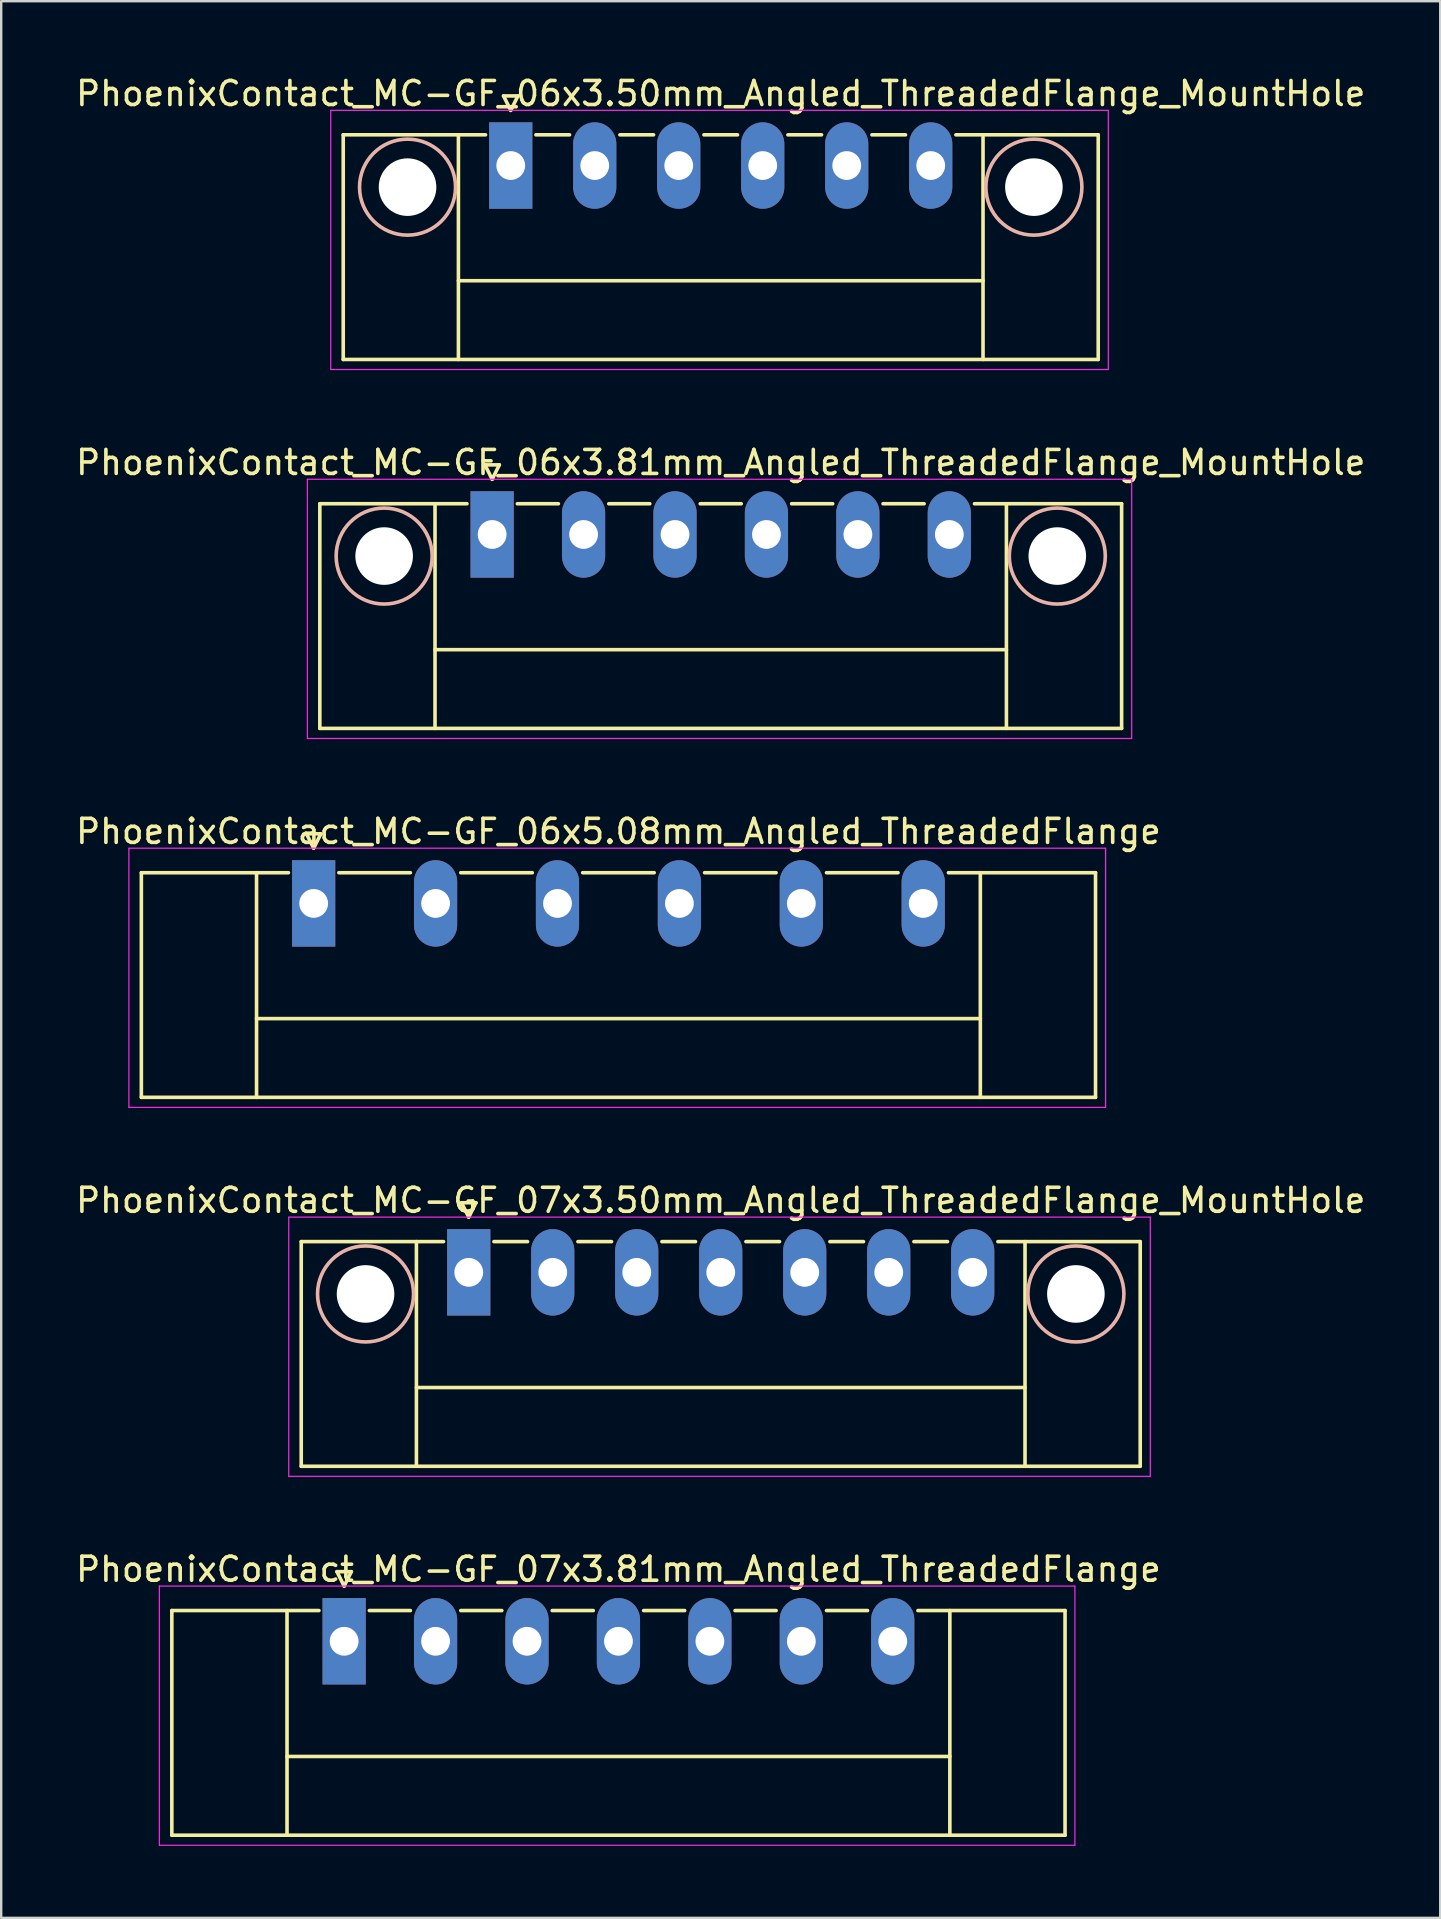
<source format=kicad_pcb>
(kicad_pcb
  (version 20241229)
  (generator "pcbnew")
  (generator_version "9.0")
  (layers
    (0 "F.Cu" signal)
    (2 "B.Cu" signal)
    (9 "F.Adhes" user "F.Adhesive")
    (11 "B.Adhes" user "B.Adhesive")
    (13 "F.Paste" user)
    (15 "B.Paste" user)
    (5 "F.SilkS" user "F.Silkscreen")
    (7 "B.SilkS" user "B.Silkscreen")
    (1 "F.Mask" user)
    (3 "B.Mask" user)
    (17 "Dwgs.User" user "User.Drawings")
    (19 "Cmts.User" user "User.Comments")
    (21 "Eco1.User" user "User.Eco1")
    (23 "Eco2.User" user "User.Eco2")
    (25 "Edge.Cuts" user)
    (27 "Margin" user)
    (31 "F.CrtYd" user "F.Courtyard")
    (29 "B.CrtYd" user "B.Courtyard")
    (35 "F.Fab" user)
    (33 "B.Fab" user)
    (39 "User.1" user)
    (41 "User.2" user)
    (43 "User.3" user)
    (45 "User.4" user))
  (footprint "PhoenixContact_MC-GF_06x3.81mm_Angled_ThreadedFlange_MountHole"
    (layer "F.Cu")
    (at 17.457 19.221)
    (property "Reference" "PhoenixContact_MC-GF_06x3.81mm_Angled_ThreadedFlange_MountHole" (at 9.525 -3 0) (layer "F.SilkS") (effects (font (size 1 1) (thickness 0.15))))
    (attr through_hole)
    (fp_line (start -7.18 -1.28) (end -7.18 8.08) (stroke (width 0.15) (type solid)) (layer "F.SilkS"))
    (fp_line (start -7.18 -1.28) (end -1.05 -1.28) (stroke (width 0.15) (type solid)) (layer "F.SilkS"))
    (fp_line (start -7.18 8.08) (end 26.23 8.08) (stroke (width 0.15) (type solid)) (layer "F.SilkS"))
    (fp_line (start -2.38 -1.28) (end -2.38 8.08) (stroke (width 0.15) (type solid)) (layer "F.SilkS"))
    (fp_line (start -2.38 4.8) (end 21.43 4.8) (stroke (width 0.15) (type solid)) (layer "F.SilkS"))
    (fp_line (start -0.3 -2.9) (end 0 -2.3) (stroke (width 0.15) (type solid)) (layer "F.SilkS"))
    (fp_line (start 0 -2.3) (end 0.3 -2.9) (stroke (width 0.15) (type solid)) (layer "F.SilkS"))
    (fp_line (start 0.3 -2.9) (end -0.3 -2.9) (stroke (width 0.15) (type solid)) (layer "F.SilkS"))
    (fp_line (start 1.05 -1.28) (end 2.76 -1.28) (stroke (width 0.15) (type solid)) (layer "F.SilkS"))
    (fp_line (start 4.86 -1.28) (end 6.57 -1.28) (stroke (width 0.15) (type solid)) (layer "F.SilkS"))
    (fp_line (start 8.67 -1.28) (end 10.38 -1.28) (stroke (width 0.15) (type solid)) (layer "F.SilkS"))
    (fp_line (start 12.48 -1.28) (end 14.19 -1.28) (stroke (width 0.15) (type solid)) (layer "F.SilkS"))
    (fp_line (start 16.29 -1.28) (end 18 -1.28) (stroke (width 0.15) (type solid)) (layer "F.SilkS"))
    (fp_line (start 21.43 -1.28) (end 21.43 8.08) (stroke (width 0.15) (type solid)) (layer "F.SilkS"))
    (fp_line (start 26.23 -1.28) (end 20.1 -1.28) (stroke (width 0.15) (type solid)) (layer "F.SilkS"))
    (fp_line (start 26.23 8.08) (end 26.23 -1.28) (stroke (width 0.15) (type solid)) (layer "F.SilkS"))
    (fp_circle (center -4.5 0.9) (end -2.5 0.9) (stroke (width 0.15) (type solid)) (fill no) (layer "B.SilkS"))
    (fp_circle (center 23.55 0.9) (end 25.55 0.9) (stroke (width 0.15) (type solid)) (fill no) (layer "B.SilkS"))
    (fp_line (start -7.7 -2.3) (end -7.7 8.5) (stroke (width 0.05) (type solid)) (layer "F.CrtYd"))
    (fp_line (start -7.7 8.5) (end 26.65 8.5) (stroke (width 0.05) (type solid)) (layer "F.CrtYd"))
    (fp_line (start 26.65 -2.3) (end -7.7 -2.3) (stroke (width 0.05) (type solid)) (layer "F.CrtYd"))
    (fp_line (start 26.65 8.5) (end 26.65 -2.3) (stroke (width 0.05) (type solid)) (layer "F.CrtYd"))
    (pad "" np_thru_hole circle (at -4.5 0.9) (size 2.4 2.4) (drill 2.4) (layers "*.Cu" "*.Mask"))
    (pad "" np_thru_hole circle (at 23.55 0.9) (size 2.4 2.4) (drill 2.4) (layers "*.Cu" "*.Mask"))
    (pad "1" thru_hole rect (at 0 0) (size 1.8 3.6) (drill 1.2) (layers "*.Cu" "*.Mask"))
    (pad "2" thru_hole oval (at 3.81 0) (size 1.8 3.6) (drill 1.2) (layers "*.Cu" "*.Mask"))
    (pad "3" thru_hole oval (at 7.62 0) (size 1.8 3.6) (drill 1.2) (layers "*.Cu" "*.Mask"))
    (pad "4" thru_hole oval (at 11.43 0) (size 1.8 3.6) (drill 1.2) (layers "*.Cu" "*.Mask"))
    (pad "5" thru_hole oval (at 15.24 0) (size 1.8 3.6) (drill 1.2) (layers "*.Cu" "*.Mask"))
    (pad "6" thru_hole oval (at 19.05 0) (size 1.8 3.6) (drill 1.2) (layers "*.Cu" "*.Mask")))
  (footprint "PhoenixContact_MC-GF_06x5.08mm_Angled_ThreadedFlange"
    (layer "F.Cu")
    (at 10.02 34.595)
    (property "Reference" "PhoenixContact_MC-GF_06x5.08mm_Angled_ThreadedFlange" (at 12.7 -3 0) (layer "F.SilkS") (effects (font (size 1 1) (thickness 0.15))))
    (attr through_hole)
    (fp_line (start -7.18 -1.28) (end -7.18 8.08) (stroke (width 0.15) (type solid)) (layer "F.SilkS"))
    (fp_line (start -7.18 -1.28) (end -1.05 -1.28) (stroke (width 0.15) (type solid)) (layer "F.SilkS"))
    (fp_line (start -7.18 8.08) (end 32.58 8.08) (stroke (width 0.15) (type solid)) (layer "F.SilkS"))
    (fp_line (start -2.38 -1.28) (end -2.38 8.08) (stroke (width 0.15) (type solid)) (layer "F.SilkS"))
    (fp_line (start -2.38 4.8) (end 27.78 4.8) (stroke (width 0.15) (type solid)) (layer "F.SilkS"))
    (fp_line (start -0.3 -2.9) (end 0 -2.3) (stroke (width 0.15) (type solid)) (layer "F.SilkS"))
    (fp_line (start 0 -2.3) (end 0.3 -2.9) (stroke (width 0.15) (type solid)) (layer "F.SilkS"))
    (fp_line (start 0.3 -2.9) (end -0.3 -2.9) (stroke (width 0.15) (type solid)) (layer "F.SilkS"))
    (fp_line (start 1.05 -1.28) (end 4.03 -1.28) (stroke (width 0.15) (type solid)) (layer "F.SilkS"))
    (fp_line (start 6.13 -1.28) (end 9.11 -1.28) (stroke (width 0.15) (type solid)) (layer "F.SilkS"))
    (fp_line (start 11.21 -1.28) (end 14.19 -1.28) (stroke (width 0.15) (type solid)) (layer "F.SilkS"))
    (fp_line (start 16.29 -1.28) (end 19.27 -1.28) (stroke (width 0.15) (type solid)) (layer "F.SilkS"))
    (fp_line (start 21.37 -1.28) (end 24.35 -1.28) (stroke (width 0.15) (type solid)) (layer "F.SilkS"))
    (fp_line (start 27.78 -1.28) (end 27.78 8.08) (stroke (width 0.15) (type solid)) (layer "F.SilkS"))
    (fp_line (start 32.58 -1.28) (end 26.45 -1.28) (stroke (width 0.15) (type solid)) (layer "F.SilkS"))
    (fp_line (start 32.58 8.08) (end 32.58 -1.28) (stroke (width 0.15) (type solid)) (layer "F.SilkS"))
    (fp_line (start -7.7 -2.3) (end -7.7 8.5) (stroke (width 0.05) (type solid)) (layer "F.CrtYd"))
    (fp_line (start -7.7 8.5) (end 33 8.5) (stroke (width 0.05) (type solid)) (layer "F.CrtYd"))
    (fp_line (start 33 -2.3) (end -7.7 -2.3) (stroke (width 0.05) (type solid)) (layer "F.CrtYd"))
    (fp_line (start 33 8.5) (end 33 -2.3) (stroke (width 0.05) (type solid)) (layer "F.CrtYd"))
    (pad "1" thru_hole rect (at 0 0) (size 1.8 3.6) (drill 1.2) (layers "*.Cu" "*.Mask"))
    (pad "2" thru_hole oval (at 5.08 0) (size 1.8 3.6) (drill 1.2) (layers "*.Cu" "*.Mask"))
    (pad "3" thru_hole oval (at 10.16 0) (size 1.8 3.6) (drill 1.2) (layers "*.Cu" "*.Mask"))
    (pad "4" thru_hole oval (at 15.24 0) (size 1.8 3.6) (drill 1.2) (layers "*.Cu" "*.Mask"))
    (pad "5" thru_hole oval (at 20.32 0) (size 1.8 3.6) (drill 1.2) (layers "*.Cu" "*.Mask"))
    (pad "6" thru_hole oval (at 25.4 0) (size 1.8 3.6) (drill 1.2) (layers "*.Cu" "*.Mask")))
  (footprint "PhoenixContact_MC-GF_07x3.81mm_Angled_ThreadedFlange"
    (layer "F.Cu")
    (at 11.29 65.341)
    (property "Reference" "PhoenixContact_MC-GF_07x3.81mm_Angled_ThreadedFlange" (at 11.43 -3 0) (layer "F.SilkS") (effects (font (size 1 1) (thickness 0.15))))
    (attr through_hole)
    (fp_line (start -7.18 -1.28) (end -7.18 8.08) (stroke (width 0.15) (type solid)) (layer "F.SilkS"))
    (fp_line (start -7.18 -1.28) (end -1.05 -1.28) (stroke (width 0.15) (type solid)) (layer "F.SilkS"))
    (fp_line (start -7.18 8.08) (end 30.04 8.08) (stroke (width 0.15) (type solid)) (layer "F.SilkS"))
    (fp_line (start -2.38 -1.28) (end -2.38 8.08) (stroke (width 0.15) (type solid)) (layer "F.SilkS"))
    (fp_line (start -2.38 4.8) (end 25.24 4.8) (stroke (width 0.15) (type solid)) (layer "F.SilkS"))
    (fp_line (start -0.3 -2.9) (end 0 -2.3) (stroke (width 0.15) (type solid)) (layer "F.SilkS"))
    (fp_line (start 0 -2.3) (end 0.3 -2.9) (stroke (width 0.15) (type solid)) (layer "F.SilkS"))
    (fp_line (start 0.3 -2.9) (end -0.3 -2.9) (stroke (width 0.15) (type solid)) (layer "F.SilkS"))
    (fp_line (start 1.05 -1.28) (end 2.76 -1.28) (stroke (width 0.15) (type solid)) (layer "F.SilkS"))
    (fp_line (start 4.86 -1.28) (end 6.57 -1.28) (stroke (width 0.15) (type solid)) (layer "F.SilkS"))
    (fp_line (start 8.67 -1.28) (end 10.38 -1.28) (stroke (width 0.15) (type solid)) (layer "F.SilkS"))
    (fp_line (start 12.48 -1.28) (end 14.19 -1.28) (stroke (width 0.15) (type solid)) (layer "F.SilkS"))
    (fp_line (start 16.29 -1.28) (end 18 -1.28) (stroke (width 0.15) (type solid)) (layer "F.SilkS"))
    (fp_line (start 20.1 -1.28) (end 21.81 -1.28) (stroke (width 0.15) (type solid)) (layer "F.SilkS"))
    (fp_line (start 25.24 -1.28) (end 25.24 8.08) (stroke (width 0.15) (type solid)) (layer "F.SilkS"))
    (fp_line (start 30.04 -1.28) (end 23.91 -1.28) (stroke (width 0.15) (type solid)) (layer "F.SilkS"))
    (fp_line (start 30.04 8.08) (end 30.04 -1.28) (stroke (width 0.15) (type solid)) (layer "F.SilkS"))
    (fp_line (start -7.7 -2.3) (end -7.7 8.5) (stroke (width 0.05) (type solid)) (layer "F.CrtYd"))
    (fp_line (start -7.7 8.5) (end 30.45 8.5) (stroke (width 0.05) (type solid)) (layer "F.CrtYd"))
    (fp_line (start 30.45 -2.3) (end -7.7 -2.3) (stroke (width 0.05) (type solid)) (layer "F.CrtYd"))
    (fp_line (start 30.45 8.5) (end 30.45 -2.3) (stroke (width 0.05) (type solid)) (layer "F.CrtYd"))
    (pad "1" thru_hole rect (at 0 0) (size 1.8 3.6) (drill 1.2) (layers "*.Cu" "*.Mask"))
    (pad "2" thru_hole oval (at 3.81 0) (size 1.8 3.6) (drill 1.2) (layers "*.Cu" "*.Mask"))
    (pad "3" thru_hole oval (at 7.62 0) (size 1.8 3.6) (drill 1.2) (layers "*.Cu" "*.Mask"))
    (pad "4" thru_hole oval (at 11.43 0) (size 1.8 3.6) (drill 1.2) (layers "*.Cu" "*.Mask"))
    (pad "5" thru_hole oval (at 15.24 0) (size 1.8 3.6) (drill 1.2) (layers "*.Cu" "*.Mask"))
    (pad "6" thru_hole oval (at 19.05 0) (size 1.8 3.6) (drill 1.2) (layers "*.Cu" "*.Mask"))
    (pad "7" thru_hole oval (at 22.86 0) (size 1.8 3.6) (drill 1.2) (layers "*.Cu" "*.Mask")))
  (footprint "PhoenixContact_MC-GF_06x3.50mm_Angled_ThreadedFlange_MountHole"
    (layer "F.Cu")
    (at 18.232 3.848)
    (property "Reference" "PhoenixContact_MC-GF_06x3.50mm_Angled_ThreadedFlange_MountHole" (at 8.75 -3 0) (layer "F.SilkS") (effects (font (size 1 1) (thickness 0.15))))
    (attr through_hole)
    (fp_line (start -6.98 -1.28) (end -6.98 8.08) (stroke (width 0.15) (type solid)) (layer "F.SilkS"))
    (fp_line (start -6.98 -1.28) (end -1.05 -1.28) (stroke (width 0.15) (type solid)) (layer "F.SilkS"))
    (fp_line (start -6.98 8.08) (end 24.48 8.08) (stroke (width 0.15) (type solid)) (layer "F.SilkS"))
    (fp_line (start -2.18 -1.28) (end -2.18 8.08) (stroke (width 0.15) (type solid)) (layer "F.SilkS"))
    (fp_line (start -2.18 4.8) (end 19.68 4.8) (stroke (width 0.15) (type solid)) (layer "F.SilkS"))
    (fp_line (start -0.3 -2.9) (end 0 -2.3) (stroke (width 0.15) (type solid)) (layer "F.SilkS"))
    (fp_line (start 0 -2.3) (end 0.3 -2.9) (stroke (width 0.15) (type solid)) (layer "F.SilkS"))
    (fp_line (start 0.3 -2.9) (end -0.3 -2.9) (stroke (width 0.15) (type solid)) (layer "F.SilkS"))
    (fp_line (start 1.05 -1.28) (end 2.45 -1.28) (stroke (width 0.15) (type solid)) (layer "F.SilkS"))
    (fp_line (start 4.55 -1.28) (end 5.95 -1.28) (stroke (width 0.15) (type solid)) (layer "F.SilkS"))
    (fp_line (start 8.05 -1.28) (end 9.45 -1.28) (stroke (width 0.15) (type solid)) (layer "F.SilkS"))
    (fp_line (start 11.55 -1.28) (end 12.95 -1.28) (stroke (width 0.15) (type solid)) (layer "F.SilkS"))
    (fp_line (start 15.05 -1.28) (end 16.45 -1.28) (stroke (width 0.15) (type solid)) (layer "F.SilkS"))
    (fp_line (start 19.68 -1.28) (end 19.68 8.08) (stroke (width 0.15) (type solid)) (layer "F.SilkS"))
    (fp_line (start 24.48 -1.28) (end 18.55 -1.28) (stroke (width 0.15) (type solid)) (layer "F.SilkS"))
    (fp_line (start 24.48 8.08) (end 24.48 -1.28) (stroke (width 0.15) (type solid)) (layer "F.SilkS"))
    (fp_circle (center -4.3 0.9) (end -2.3 0.9) (stroke (width 0.15) (type solid)) (fill no) (layer "B.SilkS"))
    (fp_circle (center 21.8 0.9) (end 23.8 0.9) (stroke (width 0.15) (type solid)) (fill no) (layer "B.SilkS"))
    (fp_line (start -7.5 -2.3) (end -7.5 8.5) (stroke (width 0.05) (type solid)) (layer "F.CrtYd"))
    (fp_line (start -7.5 8.5) (end 24.9 8.5) (stroke (width 0.05) (type solid)) (layer "F.CrtYd"))
    (fp_line (start 24.9 -2.3) (end -7.5 -2.3) (stroke (width 0.05) (type solid)) (layer "F.CrtYd"))
    (fp_line (start 24.9 8.5) (end 24.9 -2.3) (stroke (width 0.05) (type solid)) (layer "F.CrtYd"))
    (pad "" np_thru_hole circle (at -4.3 0.9) (size 2.4 2.4) (drill 2.4) (layers "*.Cu" "*.Mask"))
    (pad "" np_thru_hole circle (at 21.8 0.9) (size 2.4 2.4) (drill 2.4) (layers "*.Cu" "*.Mask"))
    (pad "1" thru_hole rect (at 0 0) (size 1.8 3.6) (drill 1.2) (layers "*.Cu" "*.Mask"))
    (pad "2" thru_hole oval (at 3.5 0) (size 1.8 3.6) (drill 1.2) (layers "*.Cu" "*.Mask"))
    (pad "3" thru_hole oval (at 7 0) (size 1.8 3.6) (drill 1.2) (layers "*.Cu" "*.Mask"))
    (pad "4" thru_hole oval (at 10.5 0) (size 1.8 3.6) (drill 1.2) (layers "*.Cu" "*.Mask"))
    (pad "5" thru_hole oval (at 14 0) (size 1.8 3.6) (drill 1.2) (layers "*.Cu" "*.Mask"))
    (pad "6" thru_hole oval (at 17.5 0) (size 1.8 3.6) (drill 1.2) (layers "*.Cu" "*.Mask")))
  (footprint "PhoenixContact_MC-GF_07x3.50mm_Angled_ThreadedFlange_MountHole"
    (layer "F.Cu")
    (at 16.482 49.968)
    (property "Reference" "PhoenixContact_MC-GF_07x3.50mm_Angled_ThreadedFlange_MountHole" (at 10.5 -3 0) (layer "F.SilkS") (effects (font (size 1 1) (thickness 0.15))))
    (attr through_hole)
    (fp_line (start -6.98 -1.28) (end -6.98 8.08) (stroke (width 0.15) (type solid)) (layer "F.SilkS"))
    (fp_line (start -6.98 -1.28) (end -1.05 -1.28) (stroke (width 0.15) (type solid)) (layer "F.SilkS"))
    (fp_line (start -6.98 8.08) (end 27.98 8.08) (stroke (width 0.15) (type solid)) (layer "F.SilkS"))
    (fp_line (start -2.18 -1.28) (end -2.18 8.08) (stroke (width 0.15) (type solid)) (layer "F.SilkS"))
    (fp_line (start -2.18 4.8) (end 23.18 4.8) (stroke (width 0.15) (type solid)) (layer "F.SilkS"))
    (fp_line (start -0.3 -2.9) (end 0 -2.3) (stroke (width 0.15) (type solid)) (layer "F.SilkS"))
    (fp_line (start 0 -2.3) (end 0.3 -2.9) (stroke (width 0.15) (type solid)) (layer "F.SilkS"))
    (fp_line (start 0.3 -2.9) (end -0.3 -2.9) (stroke (width 0.15) (type solid)) (layer "F.SilkS"))
    (fp_line (start 1.05 -1.28) (end 2.45 -1.28) (stroke (width 0.15) (type solid)) (layer "F.SilkS"))
    (fp_line (start 4.55 -1.28) (end 5.95 -1.28) (stroke (width 0.15) (type solid)) (layer "F.SilkS"))
    (fp_line (start 8.05 -1.28) (end 9.45 -1.28) (stroke (width 0.15) (type solid)) (layer "F.SilkS"))
    (fp_line (start 11.55 -1.28) (end 12.95 -1.28) (stroke (width 0.15) (type solid)) (layer "F.SilkS"))
    (fp_line (start 15.05 -1.28) (end 16.45 -1.28) (stroke (width 0.15) (type solid)) (layer "F.SilkS"))
    (fp_line (start 18.55 -1.28) (end 19.95 -1.28) (stroke (width 0.15) (type solid)) (layer "F.SilkS"))
    (fp_line (start 23.18 -1.28) (end 23.18 8.08) (stroke (width 0.15) (type solid)) (layer "F.SilkS"))
    (fp_line (start 27.98 -1.28) (end 22.05 -1.28) (stroke (width 0.15) (type solid)) (layer "F.SilkS"))
    (fp_line (start 27.98 8.08) (end 27.98 -1.28) (stroke (width 0.15) (type solid)) (layer "F.SilkS"))
    (fp_circle (center -4.3 0.9) (end -2.3 0.9) (stroke (width 0.15) (type solid)) (fill no) (layer "B.SilkS"))
    (fp_circle (center 25.3 0.9) (end 27.3 0.9) (stroke (width 0.15) (type solid)) (fill no) (layer "B.SilkS"))
    (fp_line (start -7.5 -2.3) (end -7.5 8.5) (stroke (width 0.05) (type solid)) (layer "F.CrtYd"))
    (fp_line (start -7.5 8.5) (end 28.4 8.5) (stroke (width 0.05) (type solid)) (layer "F.CrtYd"))
    (fp_line (start 28.4 -2.3) (end -7.5 -2.3) (stroke (width 0.05) (type solid)) (layer "F.CrtYd"))
    (fp_line (start 28.4 8.5) (end 28.4 -2.3) (stroke (width 0.05) (type solid)) (layer "F.CrtYd"))
    (pad "" np_thru_hole circle (at -4.3 0.9) (size 2.4 2.4) (drill 2.4) (layers "*.Cu" "*.Mask"))
    (pad "" np_thru_hole circle (at 25.3 0.9) (size 2.4 2.4) (drill 2.4) (layers "*.Cu" "*.Mask"))
    (pad "1" thru_hole rect (at 0 0) (size 1.8 3.6) (drill 1.2) (layers "*.Cu" "*.Mask"))
    (pad "2" thru_hole oval (at 3.5 0) (size 1.8 3.6) (drill 1.2) (layers "*.Cu" "*.Mask"))
    (pad "3" thru_hole oval (at 7 0) (size 1.8 3.6) (drill 1.2) (layers "*.Cu" "*.Mask"))
    (pad "4" thru_hole oval (at 10.5 0) (size 1.8 3.6) (drill 1.2) (layers "*.Cu" "*.Mask"))
    (pad "5" thru_hole oval (at 14 0) (size 1.8 3.6) (drill 1.2) (layers "*.Cu" "*.Mask"))
    (pad "6" thru_hole oval (at 17.5 0) (size 1.8 3.6) (drill 1.2) (layers "*.Cu" "*.Mask"))
    (pad "7" thru_hole oval (at 21 0) (size 1.8 3.6) (drill 1.2) (layers "*.Cu" "*.Mask")))
  (gr_rect
    (start -3 -3)
    (end 56.964 76.866)
    (stroke (width 0.1) (type default))
    (fill no)
    (layer "Edge.Cuts")))
</source>
